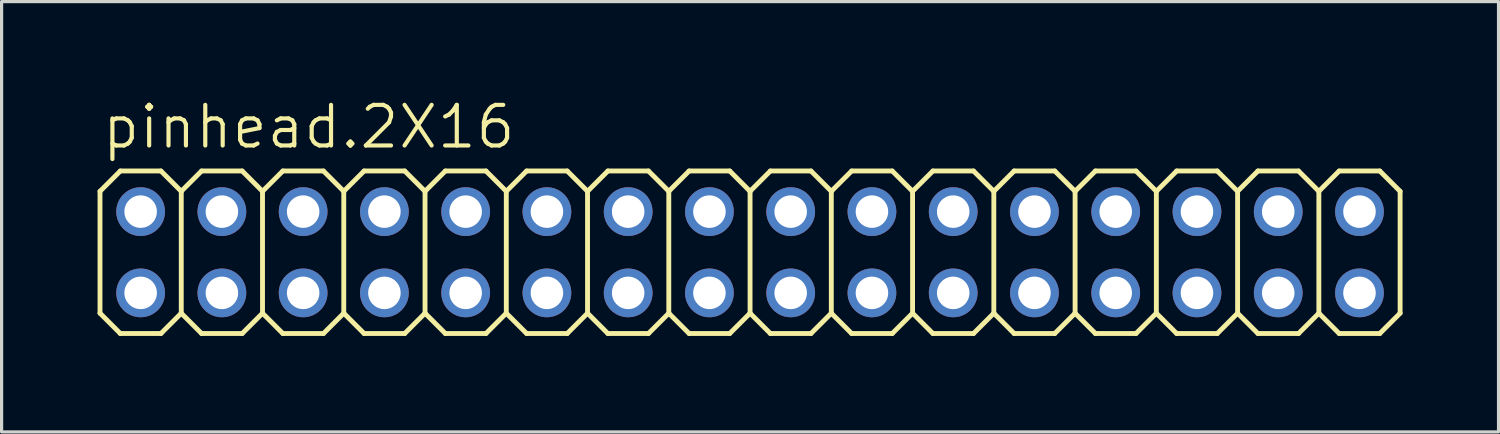
<source format=kicad_pcb>
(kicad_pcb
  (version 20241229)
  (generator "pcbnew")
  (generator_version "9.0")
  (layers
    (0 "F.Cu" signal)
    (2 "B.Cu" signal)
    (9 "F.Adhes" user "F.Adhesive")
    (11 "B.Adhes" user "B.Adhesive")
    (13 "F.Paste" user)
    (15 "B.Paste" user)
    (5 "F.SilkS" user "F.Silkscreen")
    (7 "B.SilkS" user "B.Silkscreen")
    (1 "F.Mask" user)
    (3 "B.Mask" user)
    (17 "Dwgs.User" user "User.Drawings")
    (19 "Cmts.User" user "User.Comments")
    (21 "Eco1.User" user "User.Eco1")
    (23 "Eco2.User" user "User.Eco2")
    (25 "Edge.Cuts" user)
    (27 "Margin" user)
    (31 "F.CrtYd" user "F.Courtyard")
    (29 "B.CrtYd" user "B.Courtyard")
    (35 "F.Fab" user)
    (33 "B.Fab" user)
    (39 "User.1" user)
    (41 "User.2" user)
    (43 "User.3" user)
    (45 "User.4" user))
  (footprint "pinhead.2X16"
    (layer "F.Cu")
    (at 20.396 4.835)
    (property "Reference" "pinhead.2X16" (at -20.32 -3.175 0) (layer "F.SilkS") (effects (font (size 1.27 1.27) (thickness 0.13)) (justify left bottom)))
    (attr through_hole)
    (fp_line (start -20.32 -1.905) (end -19.685 -2.54) (stroke (width 0.152) (type default)) (layer "F.SilkS"))
    (fp_line (start -20.32 1.905) (end -20.32 -1.905) (stroke (width 0.152) (type default)) (layer "F.SilkS"))
    (fp_line (start -20.32 1.905) (end -19.685 2.54) (stroke (width 0.152) (type default)) (layer "F.SilkS"))
    (fp_line (start -19.685 -2.54) (end -18.415 -2.54) (stroke (width 0.152) (type default)) (layer "F.SilkS"))
    (fp_line (start -19.685 2.54) (end -18.415 2.54) (stroke (width 0.152) (type default)) (layer "F.SilkS"))
    (fp_line (start -18.415 -2.54) (end -17.78 -1.905) (stroke (width 0.152) (type default)) (layer "F.SilkS"))
    (fp_line (start -18.415 2.54) (end -17.78 1.905) (stroke (width 0.152) (type default)) (layer "F.SilkS"))
    (fp_line (start -17.78 -1.905) (end -17.78 1.905) (stroke (width 0.152) (type default)) (layer "F.SilkS"))
    (fp_line (start -17.78 -1.905) (end -17.145 -2.54) (stroke (width 0.152) (type default)) (layer "F.SilkS"))
    (fp_line (start -17.78 1.905) (end -17.145 2.54) (stroke (width 0.152) (type default)) (layer "F.SilkS"))
    (fp_line (start -17.145 -2.54) (end -15.875 -2.54) (stroke (width 0.152) (type default)) (layer "F.SilkS"))
    (fp_line (start -17.145 2.54) (end -15.875 2.54) (stroke (width 0.152) (type default)) (layer "F.SilkS"))
    (fp_line (start -15.875 -2.54) (end -15.24 -1.905) (stroke (width 0.152) (type default)) (layer "F.SilkS"))
    (fp_line (start -15.875 2.54) (end -15.24 1.905) (stroke (width 0.152) (type default)) (layer "F.SilkS"))
    (fp_line (start -15.24 -1.905) (end -15.24 1.905) (stroke (width 0.152) (type default)) (layer "F.SilkS"))
    (fp_line (start -15.24 -1.905) (end -14.605 -2.54) (stroke (width 0.152) (type default)) (layer "F.SilkS"))
    (fp_line (start -15.24 1.905) (end -14.605 2.54) (stroke (width 0.152) (type default)) (layer "F.SilkS"))
    (fp_line (start -14.605 -2.54) (end -13.335 -2.54) (stroke (width 0.152) (type default)) (layer "F.SilkS"))
    (fp_line (start -14.605 2.54) (end -13.335 2.54) (stroke (width 0.152) (type default)) (layer "F.SilkS"))
    (fp_line (start -13.335 -2.54) (end -12.7 -1.905) (stroke (width 0.152) (type default)) (layer "F.SilkS"))
    (fp_line (start -13.335 2.54) (end -12.7 1.905) (stroke (width 0.152) (type default)) (layer "F.SilkS"))
    (fp_line (start -12.7 -1.905) (end -12.7 1.905) (stroke (width 0.152) (type default)) (layer "F.SilkS"))
    (fp_line (start -12.7 -1.905) (end -12.065 -2.54) (stroke (width 0.152) (type default)) (layer "F.SilkS"))
    (fp_line (start -12.7 1.905) (end -12.065 2.54) (stroke (width 0.152) (type default)) (layer "F.SilkS"))
    (fp_line (start -12.065 -2.54) (end -10.795 -2.54) (stroke (width 0.152) (type default)) (layer "F.SilkS"))
    (fp_line (start -12.065 2.54) (end -10.795 2.54) (stroke (width 0.152) (type default)) (layer "F.SilkS"))
    (fp_line (start -10.795 -2.54) (end -10.16 -1.905) (stroke (width 0.152) (type default)) (layer "F.SilkS"))
    (fp_line (start -10.795 2.54) (end -10.16 1.905) (stroke (width 0.152) (type default)) (layer "F.SilkS"))
    (fp_line (start -10.16 -1.905) (end -10.16 1.905) (stroke (width 0.152) (type default)) (layer "F.SilkS"))
    (fp_line (start -10.16 -1.905) (end -9.525 -2.54) (stroke (width 0.152) (type default)) (layer "F.SilkS"))
    (fp_line (start -10.16 1.905) (end -9.525 2.54) (stroke (width 0.152) (type default)) (layer "F.SilkS"))
    (fp_line (start -9.525 -2.54) (end -8.255 -2.54) (stroke (width 0.152) (type default)) (layer "F.SilkS"))
    (fp_line (start -9.525 2.54) (end -8.255 2.54) (stroke (width 0.152) (type default)) (layer "F.SilkS"))
    (fp_line (start -8.255 -2.54) (end -7.62 -1.905) (stroke (width 0.152) (type default)) (layer "F.SilkS"))
    (fp_line (start -8.255 2.54) (end -7.62 1.905) (stroke (width 0.152) (type default)) (layer "F.SilkS"))
    (fp_line (start -7.62 -1.905) (end -7.62 1.905) (stroke (width 0.152) (type default)) (layer "F.SilkS"))
    (fp_line (start -7.62 -1.905) (end -6.985 -2.54) (stroke (width 0.152) (type default)) (layer "F.SilkS"))
    (fp_line (start -7.62 1.905) (end -6.985 2.54) (stroke (width 0.152) (type default)) (layer "F.SilkS"))
    (fp_line (start -6.985 -2.54) (end -5.715 -2.54) (stroke (width 0.152) (type default)) (layer "F.SilkS"))
    (fp_line (start -6.985 2.54) (end -5.715 2.54) (stroke (width 0.152) (type default)) (layer "F.SilkS"))
    (fp_line (start -5.715 -2.54) (end -5.08 -1.905) (stroke (width 0.152) (type default)) (layer "F.SilkS"))
    (fp_line (start -5.715 2.54) (end -5.08 1.905) (stroke (width 0.152) (type default)) (layer "F.SilkS"))
    (fp_line (start -5.08 -1.905) (end -5.08 1.905) (stroke (width 0.152) (type default)) (layer "F.SilkS"))
    (fp_line (start -5.08 -1.905) (end -4.445 -2.54) (stroke (width 0.152) (type default)) (layer "F.SilkS"))
    (fp_line (start -5.08 1.905) (end -4.445 2.54) (stroke (width 0.152) (type default)) (layer "F.SilkS"))
    (fp_line (start -4.445 -2.54) (end -3.175 -2.54) (stroke (width 0.152) (type default)) (layer "F.SilkS"))
    (fp_line (start -3.175 -2.54) (end -2.54 -1.905) (stroke (width 0.152) (type default)) (layer "F.SilkS"))
    (fp_line (start -3.175 2.54) (end -4.445 2.54) (stroke (width 0.152) (type default)) (layer "F.SilkS"))
    (fp_line (start -2.54 -1.905) (end -2.54 1.905) (stroke (width 0.152) (type default)) (layer "F.SilkS"))
    (fp_line (start -2.54 -1.905) (end -1.905 -2.54) (stroke (width 0.152) (type default)) (layer "F.SilkS"))
    (fp_line (start -2.54 1.905) (end -3.175 2.54) (stroke (width 0.152) (type default)) (layer "F.SilkS"))
    (fp_line (start -2.54 1.905) (end -1.905 2.54) (stroke (width 0.152) (type default)) (layer "F.SilkS"))
    (fp_line (start -1.905 -2.54) (end -0.635 -2.54) (stroke (width 0.152) (type default)) (layer "F.SilkS"))
    (fp_line (start -0.635 -2.54) (end 0 -1.905) (stroke (width 0.152) (type default)) (layer "F.SilkS"))
    (fp_line (start -0.635 2.54) (end -1.905 2.54) (stroke (width 0.152) (type default)) (layer "F.SilkS"))
    (fp_line (start 0 -1.905) (end 0 1.905) (stroke (width 0.152) (type default)) (layer "F.SilkS"))
    (fp_line (start 0 -1.905) (end 0.635 -2.54) (stroke (width 0.152) (type default)) (layer "F.SilkS"))
    (fp_line (start 0 1.905) (end -0.635 2.54) (stroke (width 0.152) (type default)) (layer "F.SilkS"))
    (fp_line (start 0 1.905) (end 0.635 2.54) (stroke (width 0.152) (type default)) (layer "F.SilkS"))
    (fp_line (start 0.635 -2.54) (end 1.905 -2.54) (stroke (width 0.152) (type default)) (layer "F.SilkS"))
    (fp_line (start 1.905 -2.54) (end 2.54 -1.905) (stroke (width 0.152) (type default)) (layer "F.SilkS"))
    (fp_line (start 1.905 2.54) (end 0.635 2.54) (stroke (width 0.152) (type default)) (layer "F.SilkS"))
    (fp_line (start 2.54 -1.905) (end 2.54 1.905) (stroke (width 0.152) (type default)) (layer "F.SilkS"))
    (fp_line (start 2.54 -1.905) (end 3.175 -2.54) (stroke (width 0.152) (type default)) (layer "F.SilkS"))
    (fp_line (start 2.54 1.905) (end 1.905 2.54) (stroke (width 0.152) (type default)) (layer "F.SilkS"))
    (fp_line (start 2.54 1.905) (end 3.175 2.54) (stroke (width 0.152) (type default)) (layer "F.SilkS"))
    (fp_line (start 3.175 -2.54) (end 4.445 -2.54) (stroke (width 0.152) (type default)) (layer "F.SilkS"))
    (fp_line (start 4.445 -2.54) (end 5.08 -1.905) (stroke (width 0.152) (type default)) (layer "F.SilkS"))
    (fp_line (start 4.445 2.54) (end 3.175 2.54) (stroke (width 0.152) (type default)) (layer "F.SilkS"))
    (fp_line (start 5.08 -1.905) (end 5.08 1.905) (stroke (width 0.152) (type default)) (layer "F.SilkS"))
    (fp_line (start 5.08 -1.905) (end 5.715 -2.54) (stroke (width 0.152) (type default)) (layer "F.SilkS"))
    (fp_line (start 5.08 1.905) (end 4.445 2.54) (stroke (width 0.152) (type default)) (layer "F.SilkS"))
    (fp_line (start 5.08 1.905) (end 5.715 2.54) (stroke (width 0.152) (type default)) (layer "F.SilkS"))
    (fp_line (start 5.715 -2.54) (end 6.985 -2.54) (stroke (width 0.152) (type default)) (layer "F.SilkS"))
    (fp_line (start 6.985 -2.54) (end 7.62 -1.905) (stroke (width 0.152) (type default)) (layer "F.SilkS"))
    (fp_line (start 6.985 2.54) (end 5.715 2.54) (stroke (width 0.152) (type default)) (layer "F.SilkS"))
    (fp_line (start 7.62 -1.905) (end 7.62 1.905) (stroke (width 0.152) (type default)) (layer "F.SilkS"))
    (fp_line (start 7.62 -1.905) (end 8.255 -2.54) (stroke (width 0.152) (type default)) (layer "F.SilkS"))
    (fp_line (start 7.62 1.905) (end 6.985 2.54) (stroke (width 0.152) (type default)) (layer "F.SilkS"))
    (fp_line (start 7.62 1.905) (end 8.255 2.54) (stroke (width 0.152) (type default)) (layer "F.SilkS"))
    (fp_line (start 8.255 -2.54) (end 9.525 -2.54) (stroke (width 0.152) (type default)) (layer "F.SilkS"))
    (fp_line (start 9.525 2.54) (end 8.255 2.54) (stroke (width 0.152) (type default)) (layer "F.SilkS"))
    (fp_line (start 10.16 -1.905) (end 9.525 -2.54) (stroke (width 0.152) (type default)) (layer "F.SilkS"))
    (fp_line (start 10.16 -1.905) (end 10.16 1.905) (stroke (width 0.152) (type default)) (layer "F.SilkS"))
    (fp_line (start 10.16 -1.905) (end 10.795 -2.54) (stroke (width 0.152) (type default)) (layer "F.SilkS"))
    (fp_line (start 10.16 1.905) (end 9.525 2.54) (stroke (width 0.152) (type default)) (layer "F.SilkS"))
    (fp_line (start 10.16 1.905) (end 10.795 2.54) (stroke (width 0.152) (type default)) (layer "F.SilkS"))
    (fp_line (start 12.065 -2.54) (end 10.795 -2.54) (stroke (width 0.152) (type default)) (layer "F.SilkS"))
    (fp_line (start 12.065 -2.54) (end 12.7 -1.905) (stroke (width 0.152) (type default)) (layer "F.SilkS"))
    (fp_line (start 12.065 2.54) (end 10.795 2.54) (stroke (width 0.152) (type default)) (layer "F.SilkS"))
    (fp_line (start 12.7 -1.905) (end 12.7 1.905) (stroke (width 0.152) (type default)) (layer "F.SilkS"))
    (fp_line (start 12.7 -1.905) (end 13.335 -2.54) (stroke (width 0.152) (type default)) (layer "F.SilkS"))
    (fp_line (start 12.7 1.905) (end 12.065 2.54) (stroke (width 0.152) (type default)) (layer "F.SilkS"))
    (fp_line (start 12.7 1.905) (end 13.335 2.54) (stroke (width 0.152) (type default)) (layer "F.SilkS"))
    (fp_line (start 14.605 -2.54) (end 13.335 -2.54) (stroke (width 0.152) (type default)) (layer "F.SilkS"))
    (fp_line (start 14.605 -2.54) (end 15.24 -1.905) (stroke (width 0.152) (type default)) (layer "F.SilkS"))
    (fp_line (start 14.605 2.54) (end 13.335 2.54) (stroke (width 0.152) (type default)) (layer "F.SilkS"))
    (fp_line (start 15.24 -1.905) (end 15.24 1.905) (stroke (width 0.152) (type default)) (layer "F.SilkS"))
    (fp_line (start 15.24 -1.905) (end 15.875 -2.54) (stroke (width 0.152) (type default)) (layer "F.SilkS"))
    (fp_line (start 15.24 1.905) (end 14.605 2.54) (stroke (width 0.152) (type default)) (layer "F.SilkS"))
    (fp_line (start 15.875 2.54) (end 15.24 1.905) (stroke (width 0.152) (type default)) (layer "F.SilkS"))
    (fp_line (start 15.875 2.54) (end 17.145 2.54) (stroke (width 0.152) (type default)) (layer "F.SilkS"))
    (fp_line (start 17.145 -2.54) (end 15.875 -2.54) (stroke (width 0.152) (type default)) (layer "F.SilkS"))
    (fp_line (start 17.145 -2.54) (end 17.78 -1.905) (stroke (width 0.152) (type default)) (layer "F.SilkS"))
    (fp_line (start 17.78 -1.905) (end 17.78 1.905) (stroke (width 0.152) (type default)) (layer "F.SilkS"))
    (fp_line (start 17.78 -1.905) (end 18.415 -2.54) (stroke (width 0.152) (type default)) (layer "F.SilkS"))
    (fp_line (start 17.78 1.905) (end 17.145 2.54) (stroke (width 0.152) (type default)) (layer "F.SilkS"))
    (fp_line (start 18.415 2.54) (end 17.78 1.905) (stroke (width 0.152) (type default)) (layer "F.SilkS"))
    (fp_line (start 18.415 2.54) (end 19.685 2.54) (stroke (width 0.152) (type default)) (layer "F.SilkS"))
    (fp_line (start 19.685 -2.54) (end 18.415 -2.54) (stroke (width 0.152) (type default)) (layer "F.SilkS"))
    (fp_line (start 19.685 -2.54) (end 20.32 -1.905) (stroke (width 0.152) (type default)) (layer "F.SilkS"))
    (fp_line (start 20.32 -1.905) (end 20.32 1.905) (stroke (width 0.152) (type default)) (layer "F.SilkS"))
    (fp_line (start 20.32 1.905) (end 19.685 2.54) (stroke (width 0.152) (type default)) (layer "F.SilkS"))
    (fp_rect (start -19.304 -1.016) (end -18.796 -1.524) (stroke (width 0.05) (type default)) (fill no) (layer "F.Fab"))
    (fp_rect (start -19.304 1.524) (end -18.796 1.016) (stroke (width 0.05) (type default)) (fill no) (layer "F.Fab"))
    (fp_rect (start -16.764 -1.016) (end -16.256 -1.524) (stroke (width 0.05) (type default)) (fill no) (layer "F.Fab"))
    (fp_rect (start -16.764 1.524) (end -16.256 1.016) (stroke (width 0.05) (type default)) (fill no) (layer "F.Fab"))
    (fp_rect (start -14.224 -1.016) (end -13.716 -1.524) (stroke (width 0.05) (type default)) (fill no) (layer "F.Fab"))
    (fp_rect (start -14.224 1.524) (end -13.716 1.016) (stroke (width 0.05) (type default)) (fill no) (layer "F.Fab"))
    (fp_rect (start -11.684 -1.016) (end -11.176 -1.524) (stroke (width 0.05) (type default)) (fill no) (layer "F.Fab"))
    (fp_rect (start -11.684 1.524) (end -11.176 1.016) (stroke (width 0.05) (type default)) (fill no) (layer "F.Fab"))
    (fp_rect (start -9.144 -1.016) (end -8.636 -1.524) (stroke (width 0.05) (type default)) (fill no) (layer "F.Fab"))
    (fp_rect (start -9.144 1.524) (end -8.636 1.016) (stroke (width 0.05) (type default)) (fill no) (layer "F.Fab"))
    (fp_rect (start -6.604 -1.016) (end -6.096 -1.524) (stroke (width 0.05) (type default)) (fill no) (layer "F.Fab"))
    (fp_rect (start -6.604 1.524) (end -6.096 1.016) (stroke (width 0.05) (type default)) (fill no) (layer "F.Fab"))
    (fp_rect (start -4.064 -1.016) (end -3.556 -1.524) (stroke (width 0.05) (type default)) (fill no) (layer "F.Fab"))
    (fp_rect (start -4.064 1.524) (end -3.556 1.016) (stroke (width 0.05) (type default)) (fill no) (layer "F.Fab"))
    (fp_rect (start -1.524 -1.016) (end -1.016 -1.524) (stroke (width 0.05) (type default)) (fill no) (layer "F.Fab"))
    (fp_rect (start -1.524 1.524) (end -1.016 1.016) (stroke (width 0.05) (type default)) (fill no) (layer "F.Fab"))
    (fp_rect (start 1.016 -1.016) (end 1.524 -1.524) (stroke (width 0.05) (type default)) (fill no) (layer "F.Fab"))
    (fp_rect (start 1.016 1.524) (end 1.524 1.016) (stroke (width 0.05) (type default)) (fill no) (layer "F.Fab"))
    (fp_rect (start 3.556 -1.016) (end 4.064 -1.524) (stroke (width 0.05) (type default)) (fill no) (layer "F.Fab"))
    (fp_rect (start 3.556 1.524) (end 4.064 1.016) (stroke (width 0.05) (type default)) (fill no) (layer "F.Fab"))
    (fp_rect (start 6.096 -1.016) (end 6.604 -1.524) (stroke (width 0.05) (type default)) (fill no) (layer "F.Fab"))
    (fp_rect (start 6.096 1.524) (end 6.604 1.016) (stroke (width 0.05) (type default)) (fill no) (layer "F.Fab"))
    (fp_rect (start 8.636 -1.016) (end 9.144 -1.524) (stroke (width 0.05) (type default)) (fill no) (layer "F.Fab"))
    (fp_rect (start 8.636 1.524) (end 9.144 1.016) (stroke (width 0.05) (type default)) (fill no) (layer "F.Fab"))
    (fp_rect (start 11.176 -1.016) (end 11.684 -1.524) (stroke (width 0.05) (type default)) (fill no) (layer "F.Fab"))
    (fp_rect (start 11.176 1.524) (end 11.684 1.016) (stroke (width 0.05) (type default)) (fill no) (layer "F.Fab"))
    (fp_rect (start 13.716 -1.016) (end 14.224 -1.524) (stroke (width 0.05) (type default)) (fill no) (layer "F.Fab"))
    (fp_rect (start 13.716 1.524) (end 14.224 1.016) (stroke (width 0.05) (type default)) (fill no) (layer "F.Fab"))
    (fp_rect (start 16.256 -1.016) (end 16.764 -1.524) (stroke (width 0.05) (type default)) (fill no) (layer "F.Fab"))
    (fp_rect (start 16.256 1.524) (end 16.764 1.016) (stroke (width 0.05) (type default)) (fill no) (layer "F.Fab"))
    (fp_rect (start 18.796 -1.016) (end 19.304 -1.524) (stroke (width 0.05) (type default)) (fill no) (layer "F.Fab"))
    (fp_rect (start 18.796 1.524) (end 19.304 1.016) (stroke (width 0.05) (type default)) (fill no) (layer "F.Fab"))
    (pad "1" thru_hole circle (at -19.05 1.27) (size 1.524 1.524) (drill 1.016) (layers "*.Cu" "*.Mask"))
    (pad "2" thru_hole circle (at -19.05 -1.27) (size 1.524 1.524) (drill 1.016) (layers "*.Cu" "*.Mask"))
    (pad "3" thru_hole circle (at -16.51 1.27) (size 1.524 1.524) (drill 1.016) (layers "*.Cu" "*.Mask"))
    (pad "4" thru_hole circle (at -16.51 -1.27) (size 1.524 1.524) (drill 1.016) (layers "*.Cu" "*.Mask"))
    (pad "5" thru_hole circle (at -13.97 1.27) (size 1.524 1.524) (drill 1.016) (layers "*.Cu" "*.Mask"))
    (pad "6" thru_hole circle (at -13.97 -1.27) (size 1.524 1.524) (drill 1.016) (layers "*.Cu" "*.Mask"))
    (pad "7" thru_hole circle (at -11.43 1.27) (size 1.524 1.524) (drill 1.016) (layers "*.Cu" "*.Mask"))
    (pad "8" thru_hole circle (at -11.43 -1.27) (size 1.524 1.524) (drill 1.016) (layers "*.Cu" "*.Mask"))
    (pad "9" thru_hole circle (at -8.89 1.27) (size 1.524 1.524) (drill 1.016) (layers "*.Cu" "*.Mask"))
    (pad "10" thru_hole circle (at -8.89 -1.27) (size 1.524 1.524) (drill 1.016) (layers "*.Cu" "*.Mask"))
    (pad "11" thru_hole circle (at -6.35 1.27) (size 1.524 1.524) (drill 1.016) (layers "*.Cu" "*.Mask"))
    (pad "12" thru_hole circle (at -6.35 -1.27) (size 1.524 1.524) (drill 1.016) (layers "*.Cu" "*.Mask"))
    (pad "13" thru_hole circle (at -3.81 1.27) (size 1.524 1.524) (drill 1.016) (layers "*.Cu" "*.Mask"))
    (pad "14" thru_hole circle (at -3.81 -1.27) (size 1.524 1.524) (drill 1.016) (layers "*.Cu" "*.Mask"))
    (pad "15" thru_hole circle (at -1.27 1.27) (size 1.524 1.524) (drill 1.016) (layers "*.Cu" "*.Mask"))
    (pad "16" thru_hole circle (at -1.27 -1.27) (size 1.524 1.524) (drill 1.016) (layers "*.Cu" "*.Mask"))
    (pad "17" thru_hole circle (at 1.27 1.27) (size 1.524 1.524) (drill 1.016) (layers "*.Cu" "*.Mask"))
    (pad "18" thru_hole circle (at 1.27 -1.27) (size 1.524 1.524) (drill 1.016) (layers "*.Cu" "*.Mask"))
    (pad "19" thru_hole circle (at 3.81 1.27) (size 1.524 1.524) (drill 1.016) (layers "*.Cu" "*.Mask"))
    (pad "20" thru_hole circle (at 3.81 -1.27) (size 1.524 1.524) (drill 1.016) (layers "*.Cu" "*.Mask"))
    (pad "21" thru_hole circle (at 6.35 1.27) (size 1.524 1.524) (drill 1.016) (layers "*.Cu" "*.Mask"))
    (pad "22" thru_hole circle (at 6.35 -1.27) (size 1.524 1.524) (drill 1.016) (layers "*.Cu" "*.Mask"))
    (pad "23" thru_hole circle (at 8.89 1.27) (size 1.524 1.524) (drill 1.016) (layers "*.Cu" "*.Mask"))
    (pad "24" thru_hole circle (at 8.89 -1.27) (size 1.524 1.524) (drill 1.016) (layers "*.Cu" "*.Mask"))
    (pad "25" thru_hole circle (at 11.43 1.27) (size 1.524 1.524) (drill 1.016) (layers "*.Cu" "*.Mask"))
    (pad "26" thru_hole circle (at 11.43 -1.27) (size 1.524 1.524) (drill 1.016) (layers "*.Cu" "*.Mask"))
    (pad "27" thru_hole circle (at 13.97 1.27) (size 1.524 1.524) (drill 1.016) (layers "*.Cu" "*.Mask"))
    (pad "28" thru_hole circle (at 13.97 -1.27) (size 1.524 1.524) (drill 1.016) (layers "*.Cu" "*.Mask"))
    (pad "29" thru_hole circle (at 16.51 1.27) (size 1.524 1.524) (drill 1.016) (layers "*.Cu" "*.Mask"))
    (pad "30" thru_hole circle (at 16.51 -1.27) (size 1.524 1.524) (drill 1.016) (layers "*.Cu" "*.Mask"))
    (pad "31" thru_hole circle (at 19.05 1.27) (size 1.524 1.524) (drill 1.016) (layers "*.Cu" "*.Mask"))
    (pad "32" thru_hole circle (at 19.05 -1.27) (size 1.524 1.524) (drill 1.016) (layers "*.Cu" "*.Mask")))
  (gr_rect
    (start -3 -3)
    (end 43.792 10.451)
    (stroke (width 0.1) (type default))
    (fill no)
    (layer "Edge.Cuts")))
</source>
